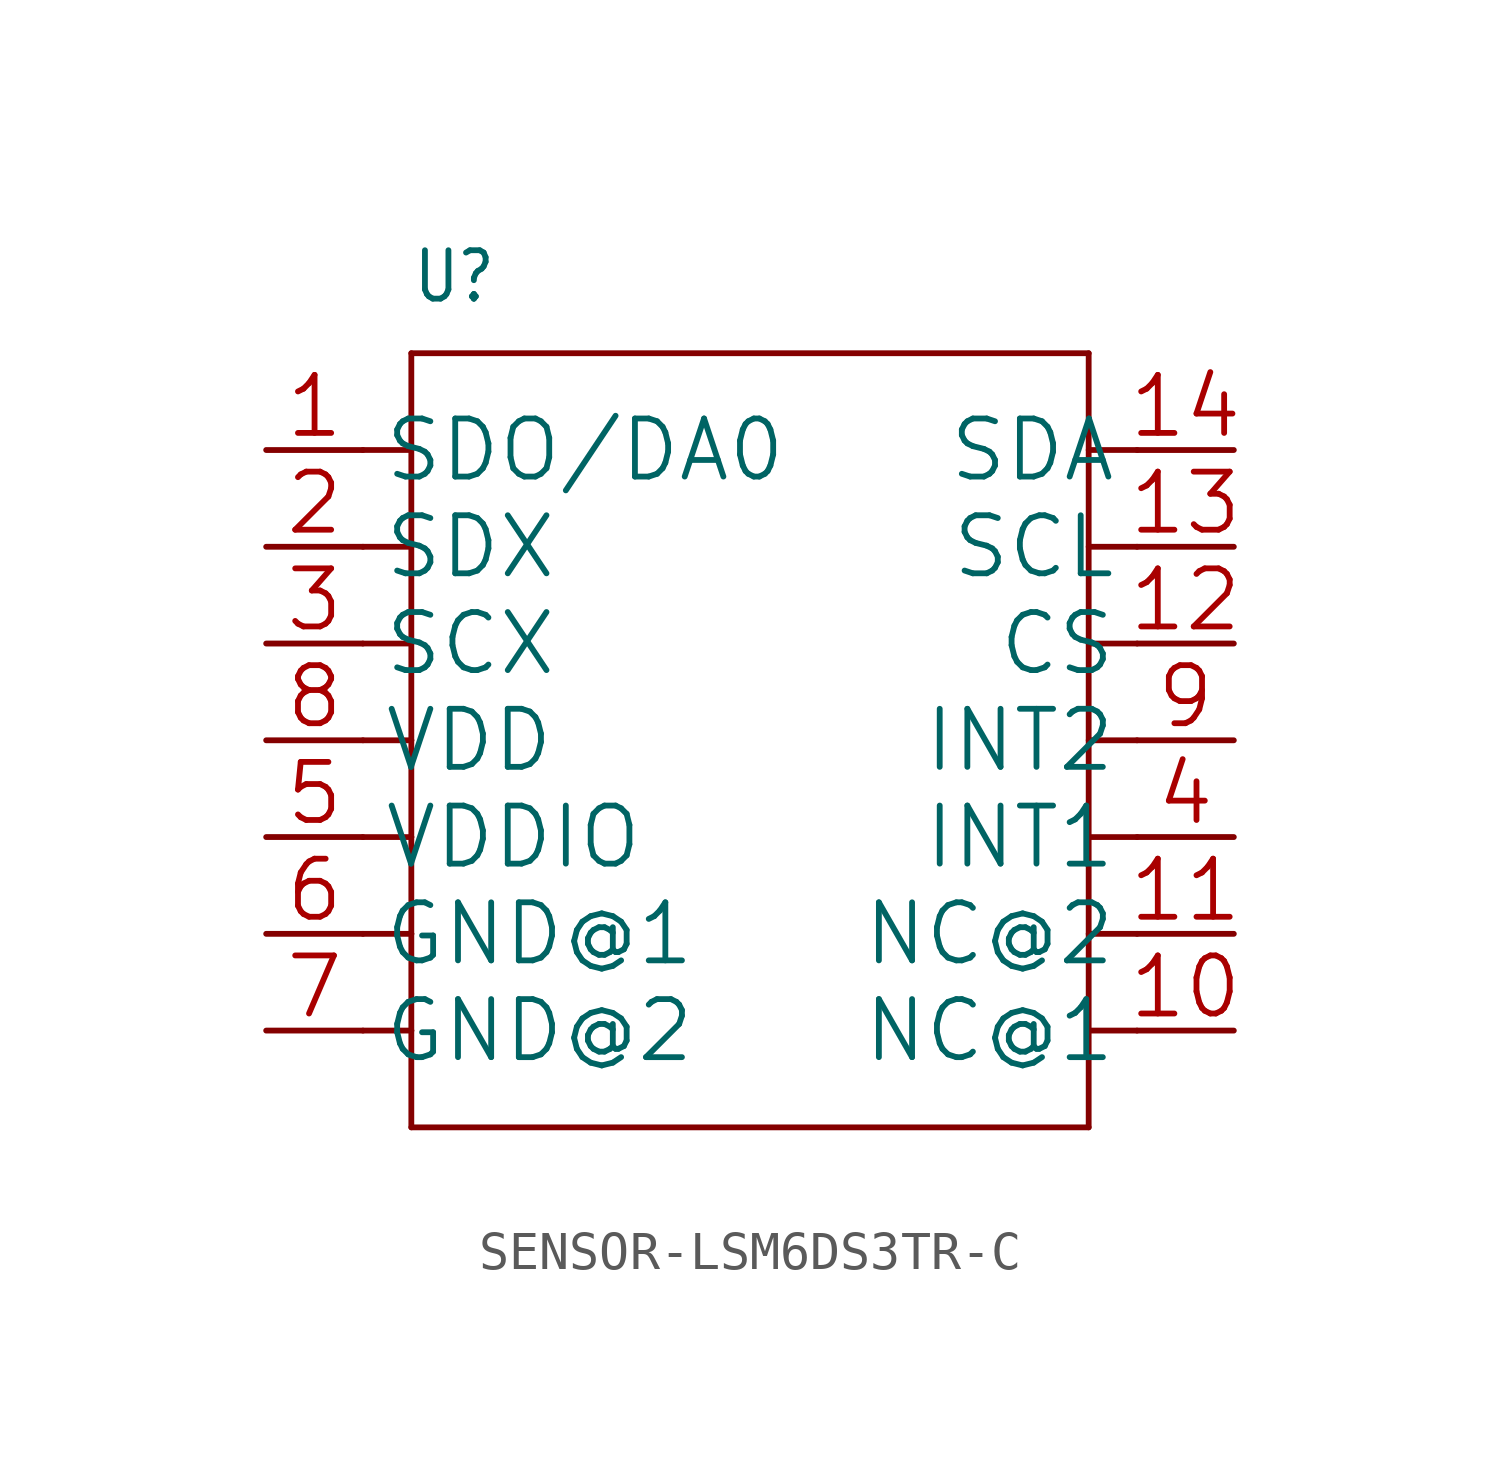
<source format=kicad_sym>
(kicad_symbol_lib
  (version 20241209)
  (generator "kicad_symbol_editor")
  (generator_version "9.0")
  (symbol "SENSOR-LSM6DS3TR-C"
    (property "Reference" "U"
      (at -8.89 11.43 0)
      (effects (font (size 1.27 1.079)) (justify left bottom)))
    (property "Value" ""
      (at -8.89 10.16 0)
      (effects (font (size 1.27 1.079)) (justify left bottom)))
    (property "ki_locked" ""
      (at 0 0 0)
      (effects (font (size 1.27 1.27))))
    (symbol "SENSOR-LSM6DS3TR-C_1_0"
      (polyline (pts (xy -8.89 10.16) (xy 8.89 10.16)) (stroke (width 0.152) (type solid)) (fill (type none)))
      (polyline (pts (xy -8.89 7.62) (xy -10.16 7.62)) (stroke (width 0.152) (type solid)) (fill (type none)))
      (polyline (pts (xy -8.89 7.62) (xy -8.89 10.16)) (stroke (width 0.152) (type solid)) (fill (type none)))
      (polyline (pts (xy -8.89 5.08) (xy -10.16 5.08)) (stroke (width 0.152) (type solid)) (fill (type none)))
      (polyline (pts (xy -8.89 5.08) (xy -8.89 7.62)) (stroke (width 0.152) (type solid)) (fill (type none)))
      (polyline (pts (xy -8.89 2.54) (xy -10.16 2.54)) (stroke (width 0.152) (type solid)) (fill (type none)))
      (polyline (pts (xy -8.89 2.54) (xy -8.89 5.08)) (stroke (width 0.152) (type solid)) (fill (type none)))
      (polyline (pts (xy -8.89 0) (xy -10.16 0)) (stroke (width 0.152) (type solid)) (fill (type none)))
      (polyline (pts (xy -8.89 0) (xy -8.89 2.54)) (stroke (width 0.152) (type solid)) (fill (type none)))
      (polyline (pts (xy -8.89 -2.54) (xy -10.16 -2.54)) (stroke (width 0.152) (type solid)) (fill (type none)))
      (polyline (pts (xy -8.89 -2.54) (xy -8.89 0)) (stroke (width 0.152) (type solid)) (fill (type none)))
      (polyline (pts (xy -8.89 -5.08) (xy -10.16 -5.08)) (stroke (width 0.152) (type solid)) (fill (type none)))
      (polyline (pts (xy -8.89 -5.08) (xy -8.89 -2.54)) (stroke (width 0.152) (type solid)) (fill (type none)))
      (polyline (pts (xy -8.89 -7.62) (xy -10.16 -7.62)) (stroke (width 0.152) (type solid)) (fill (type none)))
      (polyline (pts (xy -8.89 -7.62) (xy -8.89 -5.08)) (stroke (width 0.152) (type solid)) (fill (type none)))
      (polyline (pts (xy -8.89 -10.16) (xy -8.89 -7.62)) (stroke (width 0.152) (type solid)) (fill (type none)))
      (polyline (pts (xy 8.89 10.16) (xy 8.89 -10.16)) (stroke (width 0.152) (type solid)) (fill (type none)))
      (polyline (pts (xy 8.89 -10.16) (xy -8.89 -10.16)) (stroke (width 0.152) (type solid)) (fill (type none)))
      (polyline (pts (xy 10.16 7.62) (xy 8.89 7.62)) (stroke (width 0.152) (type solid)) (fill (type none)))
      (polyline (pts (xy 10.16 5.08) (xy 8.89 5.08)) (stroke (width 0.152) (type solid)) (fill (type none)))
      (polyline (pts (xy 10.16 2.54) (xy 8.89 2.54)) (stroke (width 0.152) (type solid)) (fill (type none)))
      (polyline (pts (xy 10.16 0) (xy 8.89 0)) (stroke (width 0.152) (type solid)) (fill (type none)))
      (polyline (pts (xy 10.16 -2.54) (xy 8.89 -2.54)) (stroke (width 0.152) (type solid)) (fill (type none)))
      (polyline (pts (xy 10.16 -5.08) (xy 8.89 -5.08)) (stroke (width 0.152) (type solid)) (fill (type none)))
      (polyline (pts (xy 10.16 -7.62) (xy 8.89 -7.62)) (stroke (width 0.152) (type solid)) (fill (type none)))
      (pin bidirectional line (at -12.7 7.62 0) (length 2.54) (name "SDO/DA0" (effects (font (size 1.524 1.524)))) (number "1" (effects (font (size 1.524 1.524)))))
      (pin bidirectional line (at -12.7 5.08 0) (length 2.54) (name "SDX" (effects (font (size 1.524 1.524)))) (number "2" (effects (font (size 1.524 1.524)))))
      (pin bidirectional line (at -12.7 2.54 0) (length 2.54) (name "SCX" (effects (font (size 1.524 1.524)))) (number "3" (effects (font (size 1.524 1.524)))))
      (pin bidirectional line (at -12.7 0 0) (length 2.54) (name "VDD" (effects (font (size 1.524 1.524)))) (number "8" (effects (font (size 1.524 1.524)))))
      (pin bidirectional line (at -12.7 -2.54 0) (length 2.54) (name "VDDIO" (effects (font (size 1.524 1.524)))) (number "5" (effects (font (size 1.524 1.524)))))
      (pin bidirectional line (at -12.7 -5.08 0) (length 2.54) (name "GND@1" (effects (font (size 1.524 1.524)))) (number "6" (effects (font (size 1.524 1.524)))))
      (pin bidirectional line (at -12.7 -7.62 0) (length 2.54) (name "GND@2" (effects (font (size 1.524 1.524)))) (number "7" (effects (font (size 1.524 1.524)))))
      (pin bidirectional line (at 12.7 7.62 180) (length 2.54) (name "SDA" (effects (font (size 1.524 1.524)))) (number "14" (effects (font (size 1.524 1.524)))))
      (pin bidirectional line (at 12.7 5.08 180) (length 2.54) (name "SCL" (effects (font (size 1.524 1.524)))) (number "13" (effects (font (size 1.524 1.524)))))
      (pin bidirectional line (at 12.7 2.54 180) (length 2.54) (name "CS" (effects (font (size 1.524 1.524)))) (number "12" (effects (font (size 1.524 1.524)))))
      (pin bidirectional line (at 12.7 0 180) (length 2.54) (name "INT2" (effects (font (size 1.524 1.524)))) (number "9" (effects (font (size 1.524 1.524)))))
      (pin bidirectional line (at 12.7 -2.54 180) (length 2.54) (name "INT1" (effects (font (size 1.524 1.524)))) (number "4" (effects (font (size 1.524 1.524)))))
      (pin bidirectional line (at 12.7 -5.08 180) (length 2.54) (name "NC@2" (effects (font (size 1.524 1.524)))) (number "11" (effects (font (size 1.524 1.524)))))
      (pin bidirectional line (at 12.7 -7.62 180) (length 2.54) (name "NC@1" (effects (font (size 1.524 1.524)))) (number "10" (effects (font (size 1.524 1.524))))))))
</source>
